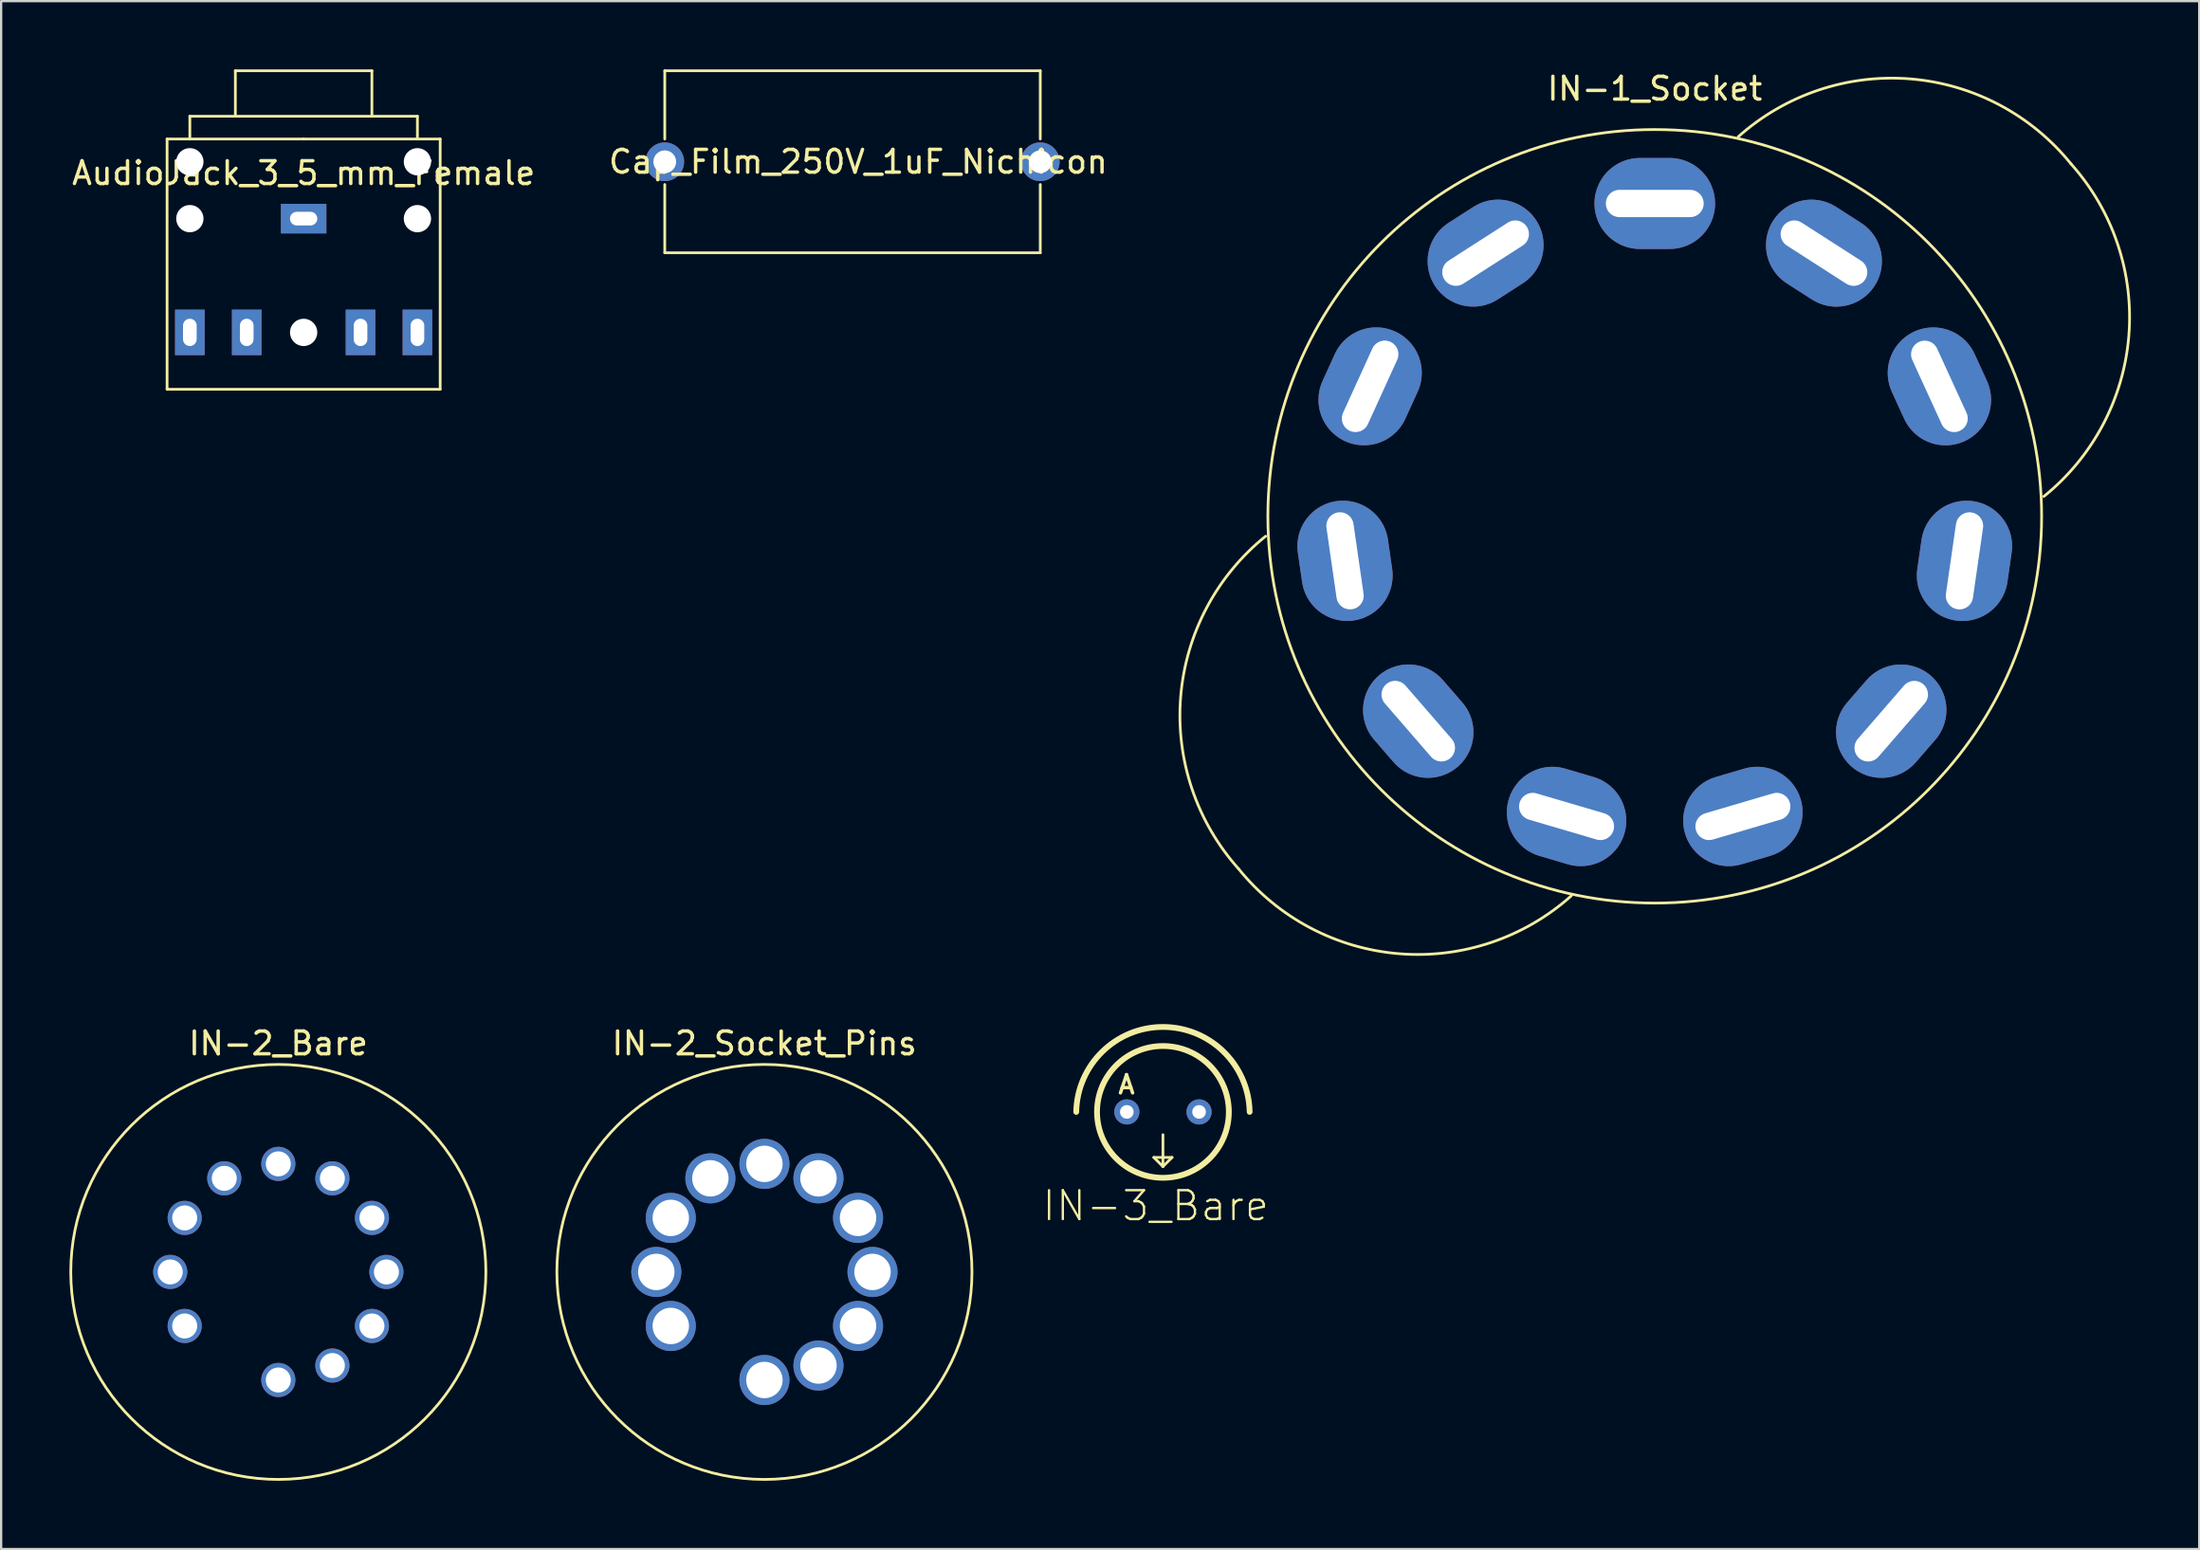
<source format=kicad_pcb>
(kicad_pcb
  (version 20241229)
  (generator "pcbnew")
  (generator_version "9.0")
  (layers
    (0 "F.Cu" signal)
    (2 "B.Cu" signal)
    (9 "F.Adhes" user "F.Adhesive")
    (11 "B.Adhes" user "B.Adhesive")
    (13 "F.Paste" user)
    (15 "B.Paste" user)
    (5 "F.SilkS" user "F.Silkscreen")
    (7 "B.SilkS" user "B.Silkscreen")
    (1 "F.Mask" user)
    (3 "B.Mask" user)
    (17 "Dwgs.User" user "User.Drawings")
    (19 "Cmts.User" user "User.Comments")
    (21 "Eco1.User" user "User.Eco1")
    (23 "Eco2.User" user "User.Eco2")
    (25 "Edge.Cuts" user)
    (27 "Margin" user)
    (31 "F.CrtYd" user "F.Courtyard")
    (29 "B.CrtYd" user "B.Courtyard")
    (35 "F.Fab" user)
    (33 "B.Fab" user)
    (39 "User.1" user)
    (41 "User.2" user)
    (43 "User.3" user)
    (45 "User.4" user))
  (footprint "Cap_Film_250V_1uF_Nichicon"
    (layer "F.Cu")
    (at 26.161 4.06)
    (property "Reference" "Cap_Film_250V_1uF_Nichicon" (at 8.5 0 0) (layer "F.SilkS") (effects (font (size 1 1) (thickness 0.15))))
    (attr through_hole)
    (fp_line (start 0 -4) (end 16.5 -4) (stroke (width 0.12) (type solid)) (layer "F.SilkS"))
    (fp_line (start 0 -1) (end 0 -4) (stroke (width 0.12) (type solid)) (layer "F.SilkS"))
    (fp_line (start 0 1) (end 0 4) (stroke (width 0.12) (type solid)) (layer "F.SilkS"))
    (fp_line (start 0 4) (end 16.5 4) (stroke (width 0.12) (type solid)) (layer "F.SilkS"))
    (fp_line (start 16.5 -4) (end 16.5 -1) (stroke (width 0.12) (type solid)) (layer "F.SilkS"))
    (fp_line (start 16.5 4) (end 16.5 1) (stroke (width 0.12) (type solid)) (layer "F.SilkS"))
    (pad "1" thru_hole circle (at 0 0) (size 1.7 1.7) (drill 1) (layers "*.Cu" "*.Mask"))
    (pad "2" thru_hole circle (at 16.5 0) (size 1.7 1.7) (drill 1) (layers "*.Cu" "*.Mask")))
  (footprint "IN-2_Bare"
    (layer "F.Cu")
    (at 9.18 52.857)
    (property "Reference" "IN-2_Bare" (at 0 -10.045 0) (layer "F.SilkS") (effects (font (size 1 1) (thickness 0.15))))
    (attr through_hole)
    (fp_circle (center 0 0) (end 0 9.12) (stroke (width 0.12) (type solid)) (fill no) (layer "F.SilkS"))
    (pad "0" thru_hole oval (at -4.75 0) (size 1.5 1.5) (drill 1.1) (layers "*.Cu" "*.Mask"))
    (pad "1" thru_hole oval (at 0 4.75) (size 1.5 1.5) (drill 1.1) (layers "*.Cu" "*.Mask"))
    (pad "2" thru_hole oval (at 2.375 4.114) (size 1.5 1.5) (drill 1.1) (layers "*.Cu" "*.Mask"))
    (pad "3" thru_hole oval (at 4.114 2.375) (size 1.5 1.5) (drill 1.1) (layers "*.Cu" "*.Mask"))
    (pad "4" thru_hole oval (at 4.75 0) (size 1.5 1.5) (drill 1.1) (layers "*.Cu" "*.Mask"))
    (pad "5" thru_hole oval (at 4.114 -2.375) (size 1.5 1.5) (drill 1.1) (layers "*.Cu" "*.Mask"))
    (pad "6" thru_hole oval (at 2.375 -4.114) (size 1.5 1.5) (drill 1.1) (layers "*.Cu" "*.Mask"))
    (pad "7" thru_hole oval (at 0 -4.75) (size 1.5 1.5) (drill 1.1) (layers "*.Cu" "*.Mask"))
    (pad "8" thru_hole oval (at -2.375 -4.114) (size 1.5 1.5) (drill 1.1) (layers "*.Cu" "*.Mask"))
    (pad "9" thru_hole oval (at -4.114 -2.375) (size 1.5 1.5) (drill 1.1) (layers "*.Cu" "*.Mask"))
    (pad "A" thru_hole oval (at -4.114 2.375) (size 1.5 1.5) (drill 1.1) (layers "*.Cu" "*.Mask")))
  (footprint "IN-2_Socket_Pins"
    (layer "F.Cu")
    (at 30.54 52.857)
    (property "Reference" "IN-2_Socket_Pins" (at 0 -10.045 0) (layer "F.SilkS") (effects (font (size 1 1) (thickness 0.15))))
    (attr through_hole)
    (fp_circle (center 0 0) (end 0 9.12) (stroke (width 0.12) (type solid)) (fill no) (layer "F.SilkS"))
    (pad "0" thru_hole circle (at -4.75 0) (size 2.2 2.2) (drill 1.6) (layers "*.Cu" "*.Mask"))
    (pad "1" thru_hole circle (at 0 4.75) (size 2.2 2.2) (drill 1.6) (layers "*.Cu" "*.Mask"))
    (pad "2" thru_hole circle (at 2.375 4.114) (size 2.2 2.2) (drill 1.6) (layers "*.Cu" "*.Mask"))
    (pad "3" thru_hole circle (at 4.114 2.375) (size 2.2 2.2) (drill 1.6) (layers "*.Cu" "*.Mask"))
    (pad "4" thru_hole circle (at 4.75 0) (size 2.2 2.2) (drill 1.6) (layers "*.Cu" "*.Mask"))
    (pad "5" thru_hole circle (at 4.114 -2.375) (size 2.2 2.2) (drill 1.6) (layers "*.Cu" "*.Mask"))
    (pad "6" thru_hole circle (at 2.375 -4.114) (size 2.2 2.2) (drill 1.6) (layers "*.Cu" "*.Mask"))
    (pad "7" thru_hole circle (at 0 -4.75) (size 2.2 2.2) (drill 1.6) (layers "*.Cu" "*.Mask"))
    (pad "8" thru_hole circle (at -2.375 -4.114) (size 2.2 2.2) (drill 1.6) (layers "*.Cu" "*.Mask"))
    (pad "9" thru_hole circle (at -4.114 -2.375) (size 2.2 2.2) (drill 1.6) (layers "*.Cu" "*.Mask"))
    (pad "A" thru_hole circle (at -4.114 2.375) (size 2.2 2.2) (drill 1.6) (layers "*.Cu" "*.Mask")))
  (footprint "AudioJack_3_5_mm_Female"
    (layer "F.Cu")
    (at 10.292 6.56)
    (property "Reference" "AudioJack_3_5_mm_Female" (at 0 -2 0) (layer "F.SilkS") (effects (font (size 1 1) (thickness 0.15))))
    (attr through_hole)
    (fp_line (start -6 -3.5) (end 0 -3.5) (stroke (width 0.12) (type solid)) (layer "F.SilkS"))
    (fp_line (start -6 7.5) (end -6 -3.5) (stroke (width 0.12) (type solid)) (layer "F.SilkS"))
    (fp_line (start -5 -4.5) (end -5 -3.5) (stroke (width 0.12) (type solid)) (layer "F.SilkS"))
    (fp_line (start -3 -6.5) (end 3 -6.5) (stroke (width 0.12) (type solid)) (layer "F.SilkS"))
    (fp_line (start -3 -4.5) (end -3 -6.5) (stroke (width 0.12) (type solid)) (layer "F.SilkS"))
    (fp_line (start 0 -3.5) (end 6 -3.5) (stroke (width 0.12) (type solid)) (layer "F.SilkS"))
    (fp_line (start 3 -6.5) (end 3 -4.5) (stroke (width 0.12) (type solid)) (layer "F.SilkS"))
    (fp_line (start 5 -4.5) (end -5 -4.5) (stroke (width 0.12) (type solid)) (layer "F.SilkS"))
    (fp_line (start 5 -3.5) (end 5 -4.5) (stroke (width 0.12) (type solid)) (layer "F.SilkS"))
    (fp_line (start 6 -3.5) (end 6 7.5) (stroke (width 0.12) (type solid)) (layer "F.SilkS"))
    (fp_line (start 6 7.5) (end -6 7.5) (stroke (width 0.12) (type solid)) (layer "F.SilkS"))
    (pad "" np_thru_hole circle (at -5 -2.5) (size 1.2 1.2) (drill 1.2) (layers "*.Cu" "*.Mask"))
    (pad "" np_thru_hole circle (at -5 0) (size 1.2 1.2) (drill 1.2) (layers "*.Cu" "*.Mask"))
    (pad "" np_thru_hole circle (at 0 5) (size 1.2 1.2) (drill 1.2) (layers "*.Cu" "*.Mask"))
    (pad "" np_thru_hole circle (at 5 -2.5) (size 1.2 1.2) (drill 1.2) (layers "*.Cu" "*.Mask"))
    (pad "" np_thru_hole circle (at 5 0) (size 1.2 1.2) (drill 1.2) (layers "*.Cu" "*.Mask"))
    (pad "1" thru_hole rect (at 0 0 180) (size 2 1.3) (drill oval 1.2 0.6) (layers "*.Cu" "*.Mask"))
    (pad "2" thru_hole rect (at 5 5 270) (size 2 1.3) (drill oval 1.2 0.6) (layers "*.Cu" "*.Mask"))
    (pad "3" thru_hole rect (at 2.5 5 270) (size 2 1.3) (drill oval 1.2 0.6) (layers "*.Cu" "*.Mask"))
    (pad "4" thru_hole rect (at -2.5 5 270) (size 2 1.3) (drill oval 1.2 0.6) (layers "*.Cu" "*.Mask"))
    (pad "5" thru_hole rect (at -5 5 270) (size 2 1.3) (drill oval 1.2 0.6) (layers "*.Cu" "*.Mask")))
  (footprint "IN-3_Bare"
    (layer "F.Cu")
    (at 48.052 45.823)
    (property "Reference" "IN-3_Bare" (at -0.318 4.128 0) (layer "F.SilkS") (effects (font (size 1.27 1.27) (thickness 0.102))))
    (attr exclude_from_pos_files exclude_from_bom)
    (fp_line (start -0.4 2) (end 0.4 2) (stroke (width 0.12) (type solid)) (layer "F.SilkS"))
    (fp_line (start 0 1) (end 0 2.4) (stroke (width 0.12) (type solid)) (layer "F.SilkS"))
    (fp_line (start 0 2.4) (end -0.4 2) (stroke (width 0.12) (type solid)) (layer "F.SilkS"))
    (fp_line (start 0.4 2) (end 0 2.4) (stroke (width 0.12) (type solid)) (layer "F.SilkS"))
    (fp_arc (start -3.81 0) (mid -0.001068 -3.732073) (end 3.809955 -0.002135) (stroke (width 0.254) (type solid)) (layer "F.SilkS"))
    (fp_circle (center 0 0) (end 0 -2.896) (stroke (width 0.254) (type solid)) (fill no) (layer "F.SilkS"))
    (fp_text user "A" (at -1.6 -1.2 0) (layer "F.SilkS") (effects (font (size 0.8 0.8) (thickness 0.15))))
    (pad "A" thru_hole circle (at -1.587 0) (size 1.107 1.107) (drill 0.599) (layers "*.Cu" "*.Mask"))
    (pad "K" thru_hole circle (at 1.587 0) (size 1.107 1.107) (drill 0.599) (layers "*.Cu" "*.Mask")))
  (footprint "IN-1_Socket"
    (layer "F.Cu")
    (at 69.663 19.644)
    (property "Reference" "IN-1_Socket" (at 0 -18.796 0) (layer "F.SilkS") (effects (font (size 1 1) (thickness 0.15))))
    (attr through_hole)
    (fp_arc (start -18.287999 15.493999) (mid -20.831737 7.929432) (end -17.099546 0.875069) (stroke (width 0.12) (type solid)) (layer "F.SilkS"))
    (fp_arc (start -3.669069 16.682452) (mid -11.233636 19.22619) (end -18.287999 15.493999) (stroke (width 0.12) (type solid)) (layer "F.SilkS"))
    (fp_arc (start 3.669069 -16.682452) (mid 11.233636 -19.22619) (end 18.287999 -15.493999) (stroke (width 0.12) (type solid)) (layer "F.SilkS"))
    (fp_arc (start 18.287999 -15.493999) (mid 20.831737 -7.929432) (end 17.099546 -0.875069) (stroke (width 0.12) (type solid)) (layer "F.SilkS"))
    (fp_circle (center 0 0) (end 17 0) (stroke (width 0.12) (type solid)) (fill no) (layer "F.SilkS"))
    (pad "0" thru_hole oval (at -10.392 9.004 310.9) (size 5.3 4) (drill oval 4.3 1.2) (layers "*.Cu" "*.Mask"))
    (pad "1" thru_hole oval (at 3.873 13.193 16.4) (size 5.3 4) (drill oval 4.3 1.2) (layers "*.Cu" "*.Mask"))
    (pad "2" thru_hole oval (at 10.391 9.005 49.1) (size 5.3 4) (drill oval 4.3 1.2) (layers "*.Cu" "*.Mask"))
    (pad "3" thru_hole oval (at 13.61 1.958 81.8) (size 5.3 4) (drill oval 4.3 1.2) (layers "*.Cu" "*.Mask"))
    (pad "4" thru_hole oval (at 12.508 -5.711 114.6) (size 5.3 4) (drill oval 4.3 1.2) (layers "*.Cu" "*.Mask"))
    (pad "5" thru_hole oval (at 7.435 -11.567 147.3) (size 5.3 4) (drill oval 4.3 1.2) (layers "*.Cu" "*.Mask"))
    (pad "6" thru_hole oval (at 0.001 -13.75 180) (size 5.3 4) (drill oval 4.3 1.2) (layers "*.Cu" "*.Mask"))
    (pad "7" thru_hole oval (at -7.433 -11.568 212.7) (size 5.3 4) (drill oval 4.3 1.2) (layers "*.Cu" "*.Mask"))
    (pad "8" thru_hole oval (at -12.507 -5.713 245.5) (size 5.3 4) (drill oval 4.3 1.2) (layers "*.Cu" "*.Mask"))
    (pad "9" thru_hole oval (at -13.61 1.956 278.2) (size 5.3 4) (drill oval 4.3 1.2) (layers "*.Cu" "*.Mask"))
    (pad "A" thru_hole oval (at -3.875 13.193 343.6) (size 5.3 4) (drill oval 4.3 1.2) (layers "*.Cu" "*.Mask")))
  (gr_rect
    (start -3 -3)
    (end 93.588 65.037)
    (stroke (width 0.1) (type default))
    (fill no)
    (layer "Edge.Cuts")))
</source>
